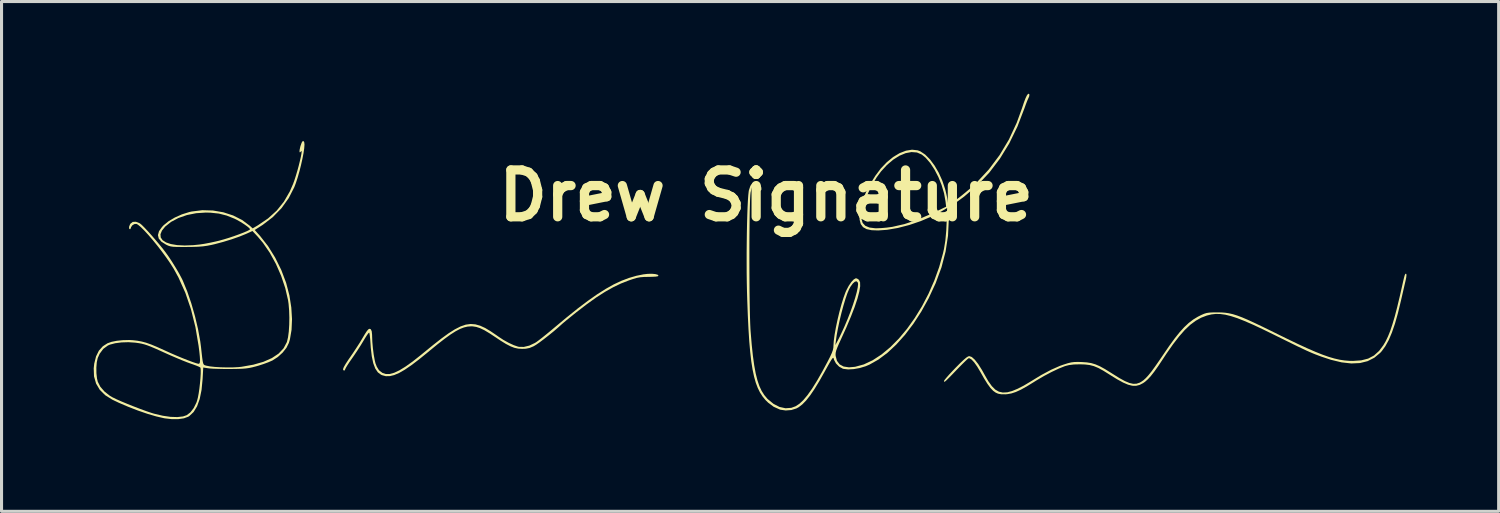
<source format=kicad_pcb>
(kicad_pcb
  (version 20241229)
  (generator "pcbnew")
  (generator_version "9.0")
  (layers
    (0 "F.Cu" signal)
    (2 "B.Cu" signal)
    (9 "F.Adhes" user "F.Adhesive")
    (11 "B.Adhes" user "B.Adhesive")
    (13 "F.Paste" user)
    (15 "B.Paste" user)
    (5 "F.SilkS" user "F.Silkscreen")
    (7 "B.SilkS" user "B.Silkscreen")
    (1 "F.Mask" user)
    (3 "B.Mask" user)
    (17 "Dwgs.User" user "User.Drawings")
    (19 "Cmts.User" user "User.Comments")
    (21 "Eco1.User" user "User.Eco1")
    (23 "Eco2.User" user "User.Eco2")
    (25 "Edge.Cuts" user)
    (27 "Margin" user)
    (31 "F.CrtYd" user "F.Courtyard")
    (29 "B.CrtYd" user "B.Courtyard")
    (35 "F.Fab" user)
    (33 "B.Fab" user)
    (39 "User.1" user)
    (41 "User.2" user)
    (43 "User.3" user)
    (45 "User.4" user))
  (footprint "Drew Signature"
    (layer "F.Cu")
    (at 21.886 3.316)
    (property "Reference" "Drew Signature" (at 0 0 0) (layer "F.SilkS") (effects (font (size 1.524 1.524) (thickness 0.3))))
    (attr board_only exclude_from_pos_files exclude_from_bom)
    (fp_poly (pts (xy -3.612 2.554) (xy -3.534 2.574) (xy -3.504 2.605) (xy -3.504 2.606) (xy -3.527 2.625) (xy -3.6 2.637) (xy -3.728 2.643) (xy -3.824 2.645) (xy -3.979 2.648) (xy -4.101 2.658) (xy -4.214 2.679) (xy -4.341 2.717) (xy -4.468 2.76) (xy -4.726 2.861) (xy -4.984 2.985) (xy -5.25 3.135) (xy -5.532 3.316) (xy -5.837 3.535) (xy -6.174 3.794) (xy -6.253 3.857) (xy -6.381 3.961) (xy -6.496 4.054) (xy -6.587 4.13) (xy -6.642 4.177) (xy -6.647 4.182) (xy -6.774 4.296) (xy -6.921 4.422) (xy -7.078 4.549) (xy -7.233 4.67) (xy -7.374 4.776) (xy -7.491 4.857) (xy -7.57 4.904) (xy -7.701 4.959) (xy -7.826 4.984) (xy -7.945 4.988) (xy -8.071 4.98) (xy -8.194 4.954) (xy -8.323 4.904) (xy -8.471 4.827) (xy -8.648 4.718) (xy -8.8 4.616) (xy -9.005 4.481) (xy -9.172 4.381) (xy -9.313 4.314) (xy -9.436 4.274) (xy -9.553 4.256) (xy -9.603 4.255) (xy -9.718 4.263) (xy -9.837 4.291) (xy -9.966 4.341) (xy -10.11 4.417) (xy -10.276 4.523) (xy -10.468 4.662) (xy -10.693 4.837) (xy -10.955 5.051) (xy -11.011 5.098) (xy -11.297 5.33) (xy -11.545 5.519) (xy -11.761 5.666) (xy -11.947 5.773) (xy -12.11 5.842) (xy -12.253 5.876) (xy -12.381 5.877) (xy -12.498 5.846) (xy -12.536 5.829) (xy -12.639 5.752) (xy -12.723 5.628) (xy -12.788 5.456) (xy -12.836 5.231) (xy -12.869 4.95) (xy -12.877 4.824) (xy -12.887 4.682) (xy -12.899 4.565) (xy -12.911 4.485) (xy -12.92 4.457) (xy -12.944 4.476) (xy -12.991 4.539) (xy -13.053 4.636) (xy -13.101 4.716) (xy -13.188 4.86) (xy -13.296 5.029) (xy -13.41 5.199) (xy -13.48 5.3) (xy -13.566 5.423) (xy -13.636 5.531) (xy -13.683 5.61) (xy -13.701 5.651) (xy -13.701 5.652) (xy -13.719 5.69) (xy -13.73 5.693) (xy -13.765 5.682) (xy -13.771 5.644) (xy -13.744 5.576) (xy -13.683 5.471) (xy -13.586 5.324) (xy -13.545 5.266) (xy -13.437 5.108) (xy -13.327 4.941) (xy -13.227 4.786) (xy -13.152 4.661) (xy -13.149 4.656) (xy -13.061 4.508) (xy -12.997 4.41) (xy -12.949 4.354) (xy -12.911 4.334) (xy -12.878 4.344) (xy -12.869 4.351) (xy -12.839 4.411) (xy -12.826 4.529) (xy -12.825 4.579) (xy -12.818 4.76) (xy -12.8 4.965) (xy -12.774 5.17) (xy -12.741 5.353) (xy -12.716 5.459) (xy -12.67 5.574) (xy -12.608 5.673) (xy -12.583 5.701) (xy -12.486 5.772) (xy -12.377 5.807) (xy -12.251 5.806) (xy -12.104 5.765) (xy -11.934 5.685) (xy -11.734 5.562) (xy -11.503 5.397) (xy -11.236 5.186) (xy -11.152 5.117) (xy -10.843 4.865) (xy -10.574 4.654) (xy -10.339 4.483) (xy -10.132 4.352) (xy -9.947 4.258) (xy -9.778 4.2) (xy -9.62 4.178) (xy -9.465 4.19) (xy -9.309 4.234) (xy -9.145 4.309) (xy -8.968 4.415) (xy -8.771 4.549) (xy -8.712 4.591) (xy -8.551 4.697) (xy -8.379 4.792) (xy -8.214 4.868) (xy -8.075 4.916) (xy -8.045 4.922) (xy -7.887 4.925) (xy -7.71 4.882) (xy -7.532 4.798) (xy -7.485 4.77) (xy -7.407 4.713) (xy -7.293 4.625) (xy -7.155 4.514) (xy -7.005 4.391) (xy -6.898 4.301) (xy -6.498 3.967) (xy -6.136 3.676) (xy -5.805 3.426) (xy -5.502 3.213) (xy -5.221 3.035) (xy -4.958 2.888) (xy -4.707 2.771) (xy -4.463 2.679) (xy -4.222 2.609) (xy -3.995 2.563) (xy -3.856 2.547) (xy -3.724 2.544)) (stroke (width 0) (type solid)) (fill yes) (layer "F.SilkS"))
    (fp_poly (pts (xy 20.83 2.548) (xy 20.832 2.549) (xy 20.839 2.585) (xy 20.831 2.663) (xy 20.815 2.745) (xy 20.793 2.838) (xy 20.761 2.978) (xy 20.722 3.147) (xy 20.68 3.33) (xy 20.658 3.425) (xy 20.561 3.826) (xy 20.464 4.17) (xy 20.364 4.46) (xy 20.261 4.703) (xy 20.151 4.902) (xy 20.034 5.063) (xy 19.983 5.119) (xy 19.791 5.278) (xy 19.572 5.389) (xy 19.324 5.45) (xy 19.044 5.463) (xy 18.73 5.428) (xy 18.381 5.344) (xy 18.072 5.242) (xy 17.968 5.203) (xy 17.873 5.167) (xy 17.781 5.13) (xy 17.684 5.088) (xy 17.574 5.039) (xy 17.447 4.979) (xy 17.293 4.906) (xy 17.106 4.814) (xy 16.878 4.702) (xy 16.604 4.567) (xy 16.526 4.528) (xy 16.161 4.35) (xy 15.844 4.201) (xy 15.569 4.082) (xy 15.331 3.988) (xy 15.124 3.921) (xy 14.942 3.876) (xy 14.78 3.854) (xy 14.632 3.851) (xy 14.491 3.867) (xy 14.353 3.901) (xy 14.338 3.905) (xy 14.155 3.975) (xy 13.978 4.074) (xy 13.803 4.204) (xy 13.625 4.372) (xy 13.44 4.582) (xy 13.242 4.838) (xy 13.027 5.145) (xy 12.913 5.318) (xy 12.76 5.548) (xy 12.63 5.731) (xy 12.519 5.872) (xy 12.421 5.979) (xy 12.329 6.06) (xy 12.269 6.102) (xy 12.156 6.161) (xy 12.042 6.19) (xy 11.919 6.189) (xy 11.779 6.154) (xy 11.615 6.084) (xy 11.42 5.977) (xy 11.185 5.832) (xy 11.17 5.822) (xy 10.973 5.699) (xy 10.81 5.61) (xy 10.665 5.55) (xy 10.525 5.514) (xy 10.372 5.496) (xy 10.213 5.491) (xy 10.014 5.496) (xy 9.859 5.515) (xy 9.728 5.548) (xy 9.527 5.628) (xy 9.292 5.739) (xy 9.04 5.872) (xy 8.787 6.021) (xy 8.714 6.067) (xy 8.483 6.209) (xy 8.29 6.316) (xy 8.127 6.391) (xy 7.983 6.438) (xy 7.848 6.462) (xy 7.789 6.467) (xy 7.65 6.466) (xy 7.548 6.447) (xy 7.472 6.414) (xy 7.388 6.354) (xy 7.3 6.262) (xy 7.203 6.13) (xy 7.092 5.952) (xy 6.975 5.745) (xy 6.869 5.567) (xy 6.771 5.429) (xy 6.685 5.336) (xy 6.616 5.293) (xy 6.588 5.293) (xy 6.556 5.318) (xy 6.489 5.38) (xy 6.394 5.473) (xy 6.281 5.587) (xy 6.194 5.677) (xy 6.052 5.825) (xy 5.947 5.932) (xy 5.875 6.004) (xy 5.828 6.045) (xy 5.801 6.06) (xy 5.79 6.054) (xy 5.787 6.033) (xy 5.787 6.032) (xy 5.808 5.997) (xy 5.866 5.926) (xy 5.954 5.826) (xy 6.064 5.708) (xy 6.161 5.607) (xy 6.311 5.455) (xy 6.427 5.345) (xy 6.512 5.273) (xy 6.573 5.234) (xy 6.611 5.224) (xy 6.692 5.253) (xy 6.789 5.34) (xy 6.899 5.48) (xy 7.021 5.673) (xy 7.103 5.82) (xy 7.228 6.038) (xy 7.344 6.201) (xy 7.457 6.314) (xy 7.574 6.381) (xy 7.701 6.409) (xy 7.845 6.402) (xy 7.855 6.4) (xy 8.002 6.361) (xy 8.182 6.287) (xy 8.383 6.184) (xy 8.593 6.059) (xy 8.593 6.059) (xy 8.952 5.84) (xy 9.274 5.668) (xy 9.561 5.541) (xy 9.666 5.504) (xy 9.812 5.457) (xy 9.925 5.429) (xy 10.031 5.416) (xy 10.156 5.413) (xy 10.275 5.417) (xy 10.436 5.428) (xy 10.578 5.451) (xy 10.715 5.492) (xy 10.859 5.554) (xy 11.023 5.644) (xy 11.22 5.766) (xy 11.277 5.802) (xy 11.495 5.938) (xy 11.674 6.036) (xy 11.822 6.098) (xy 11.945 6.126) (xy 12.053 6.122) (xy 12.153 6.089) (xy 12.205 6.06) (xy 12.28 6.008) (xy 12.357 5.938) (xy 12.443 5.844) (xy 12.543 5.72) (xy 12.66 5.559) (xy 12.802 5.355) (xy 12.912 5.193) (xy 13.114 4.897) (xy 13.293 4.651) (xy 13.455 4.448) (xy 13.606 4.282) (xy 13.751 4.146) (xy 13.896 4.035) (xy 14.047 3.943) (xy 14.162 3.885) (xy 14.25 3.847) (xy 14.33 3.822) (xy 14.419 3.808) (xy 14.536 3.802) (xy 14.686 3.801) (xy 14.817 3.803) (xy 14.939 3.812) (xy 15.06 3.83) (xy 15.187 3.859) (xy 15.325 3.902) (xy 15.483 3.961) (xy 15.667 4.039) (xy 15.883 4.138) (xy 16.139 4.26) (xy 16.44 4.407) (xy 16.563 4.468) (xy 16.958 4.662) (xy 17.303 4.828) (xy 17.605 4.967) (xy 17.87 5.082) (xy 18.102 5.175) (xy 18.308 5.248) (xy 18.493 5.302) (xy 18.663 5.341) (xy 18.823 5.365) (xy 18.979 5.378) (xy 19.099 5.38) (xy 19.367 5.362) (xy 19.591 5.305) (xy 19.782 5.204) (xy 19.948 5.054) (xy 20.086 4.87) (xy 20.164 4.737) (xy 20.238 4.582) (xy 20.311 4.401) (xy 20.383 4.185) (xy 20.458 3.931) (xy 20.536 3.632) (xy 20.62 3.282) (xy 20.694 2.956) (xy 20.732 2.786) (xy 20.76 2.668) (xy 20.781 2.594) (xy 20.798 2.555) (xy 20.813 2.542)) (stroke (width 0) (type solid)) (fill yes) (layer "F.SilkS"))
    (fp_poly (pts (xy 8.568 -3.292) (xy 8.559 -3.227) (xy 8.525 -3.151) (xy 8.493 -3.079) (xy 8.451 -2.969) (xy 8.407 -2.846) (xy 8.404 -2.838) (xy 8.176 -2.244) (xy 7.911 -1.699) (xy 7.606 -1.201) (xy 7.261 -0.748) (xy 6.874 -0.338) (xy 6.444 0.031) (xy 6.217 0.198) (xy 5.943 0.388) (xy 5.943 0.786) (xy 5.918 1.308) (xy 5.839 1.822) (xy 5.706 2.334) (xy 5.516 2.851) (xy 5.287 3.344) (xy 5.049 3.774) (xy 4.792 4.171) (xy 4.519 4.53) (xy 4.235 4.847) (xy 3.945 5.118) (xy 3.652 5.337) (xy 3.361 5.501) (xy 3.234 5.555) (xy 3.044 5.612) (xy 2.849 5.647) (xy 2.668 5.657) (xy 2.52 5.64) (xy 2.493 5.633) (xy 2.374 5.567) (xy 2.272 5.463) (xy 2.208 5.344) (xy 2.2 5.313) (xy 2.191 5.285) (xy 2.176 5.28) (xy 2.151 5.303) (xy 2.112 5.36) (xy 2.055 5.457) (xy 1.975 5.6) (xy 1.911 5.716) (xy 1.734 6.03) (xy 1.576 6.29) (xy 1.432 6.502) (xy 1.301 6.668) (xy 1.177 6.795) (xy 1.059 6.886) (xy 0.982 6.928) (xy 0.819 6.979) (xy 0.636 6.993) (xy 0.465 6.969) (xy 0.448 6.964) (xy 0.244 6.873) (xy 0.063 6.738) (xy -0.026 6.65) (xy -0.118 6.537) (xy -0.201 6.409) (xy -0.274 6.261) (xy -0.338 6.091) (xy -0.394 5.892) (xy -0.443 5.662) (xy -0.485 5.396) (xy -0.52 5.09) (xy -0.551 4.74) (xy -0.576 4.342) (xy -0.598 3.892) (xy -0.617 3.385) (xy -0.625 3.114) (xy -0.631 2.829) (xy -0.635 2.523) (xy -0.636 2.202) (xy -0.636 1.874) (xy -0.633 1.546) (xy -0.629 1.225) (xy -0.623 0.92) (xy -0.615 0.636) (xy -0.606 0.382) (xy -0.595 0.165) (xy -0.583 -0.008) (xy -0.57 -0.13) (xy -0.563 -0.172) (xy -0.514 -0.318) (xy -0.446 -0.408) (xy -0.36 -0.439) (xy -0.26 -0.411) (xy -0.226 -0.389) (xy -0.185 -0.339) (xy -0.16 -0.27) (xy -0.154 -0.203) (xy -0.172 -0.161) (xy -0.188 -0.156) (xy -0.211 -0.183) (xy -0.219 -0.235) (xy -0.245 -0.312) (xy -0.298 -0.35) (xy -0.369 -0.367) (xy -0.424 -0.338) (xy -0.466 -0.259) (xy -0.502 -0.124) (xy -0.508 -0.092) (xy -0.516 -0.012) (xy -0.524 0.124) (xy -0.53 0.308) (xy -0.536 0.536) (xy -0.54 0.799) (xy -0.543 1.092) (xy -0.546 1.408) (xy -0.547 1.739) (xy -0.547 2.08) (xy -0.546 2.423) (xy -0.544 2.763) (xy -0.542 3.092) (xy -0.538 3.403) (xy -0.533 3.691) (xy -0.527 3.948) (xy -0.52 4.168) (xy -0.512 4.344) (xy -0.506 4.426) (xy -0.471 4.846) (xy -0.433 5.208) (xy -0.39 5.519) (xy -0.342 5.783) (xy -0.286 6.008) (xy -0.222 6.197) (xy -0.148 6.356) (xy -0.062 6.491) (xy 0.036 6.608) (xy 0.052 6.624) (xy 0.239 6.778) (xy 0.433 6.878) (xy 0.629 6.921) (xy 0.819 6.907) (xy 0.958 6.856) (xy 1.079 6.777) (xy 1.206 6.659) (xy 1.342 6.497) (xy 1.49 6.289) (xy 1.651 6.031) (xy 1.829 5.72) (xy 1.998 5.405) (xy 2.081 5.243) (xy 2.136 5.122) (xy 2.17 5.029) (xy 2.186 4.951) (xy 2.19 4.886) (xy 2.191 4.864) (xy 2.252 4.864) (xy 2.335 4.708) (xy 2.385 4.609) (xy 2.449 4.475) (xy 2.517 4.328) (xy 2.55 4.254) (xy 2.652 4.014) (xy 2.745 3.775) (xy 2.827 3.544) (xy 2.895 3.331) (xy 2.947 3.144) (xy 2.979 2.991) (xy 2.991 2.881) (xy 2.984 2.833) (xy 2.946 2.79) (xy 2.889 2.8) (xy 2.821 2.859) (xy 2.746 2.961) (xy 2.697 3.05) (xy 2.641 3.183) (xy 2.579 3.365) (xy 2.514 3.582) (xy 2.449 3.822) (xy 2.389 4.071) (xy 2.337 4.316) (xy 2.295 4.544) (xy 2.271 4.708) (xy 2.252 4.864) (xy 2.191 4.864) (xy 2.2 4.728) (xy 2.227 4.525) (xy 2.269 4.29) (xy 2.322 4.039) (xy 2.383 3.785) (xy 2.449 3.542) (xy 2.516 3.325) (xy 2.581 3.147) (xy 2.607 3.087) (xy 2.686 2.937) (xy 2.77 2.814) (xy 2.849 2.729) (xy 2.916 2.691) (xy 2.927 2.69) (xy 2.979 2.711) (xy 3.02 2.743) (xy 3.056 2.821) (xy 3.059 2.95) (xy 3.03 3.128) (xy 2.97 3.354) (xy 2.88 3.624) (xy 2.759 3.936) (xy 2.61 4.29) (xy 2.449 4.644) (xy 2.37 4.817) (xy 2.315 4.945) (xy 2.28 5.039) (xy 2.263 5.111) (xy 2.258 5.172) (xy 2.261 5.219) (xy 2.304 5.378) (xy 2.391 5.493) (xy 2.521 5.563) (xy 2.694 5.589) (xy 2.893 5.572) (xy 3.178 5.494) (xy 3.467 5.358) (xy 3.756 5.169) (xy 4.041 4.932) (xy 4.319 4.652) (xy 4.585 4.334) (xy 4.837 3.981) (xy 5.071 3.6) (xy 5.283 3.194) (xy 5.47 2.768) (xy 5.629 2.328) (xy 5.755 1.877) (xy 5.787 1.735) (xy 5.831 1.466) (xy 5.861 1.137) (xy 5.871 0.913) (xy 5.89 0.403) (xy 5.725 0.5) (xy 5.392 0.676) (xy 5.031 0.83) (xy 4.657 0.957) (xy 4.286 1.053) (xy 3.931 1.114) (xy 3.645 1.134) (xy 3.43 1.126) (xy 3.267 1.091) (xy 3.152 1.026) (xy 3.078 0.926) (xy 3.041 0.786) (xy 3.04 0.759) (xy 3.1 0.759) (xy 3.14 0.89) (xy 3.225 0.982) (xy 3.358 1.039) (xy 3.539 1.062) (xy 3.601 1.063) (xy 3.753 1.057) (xy 3.929 1.041) (xy 4.095 1.019) (xy 4.11 1.016) (xy 4.5 0.927) (xy 4.91 0.791) (xy 5.347 0.605) (xy 5.423 0.569) (xy 5.856 0.362) (xy 5.836 0.185) (xy 5.789 -0.076) (xy 5.71 -0.343) (xy 5.605 -0.603) (xy 5.479 -0.846) (xy 5.339 -1.059) (xy 5.191 -1.231) (xy 5.065 -1.335) (xy 4.908 -1.403) (xy 4.73 -1.417) (xy 4.538 -1.381) (xy 4.336 -1.297) (xy 4.132 -1.168) (xy 3.931 -0.997) (xy 3.739 -0.788) (xy 3.599 -0.598) (xy 3.492 -0.424) (xy 3.384 -0.222) (xy 3.285 -0.011) (xy 3.203 0.189) (xy 3.148 0.358) (xy 3.146 0.364) (xy 3.103 0.585) (xy 3.1 0.759) (xy 3.04 0.759) (xy 3.034 0.662) (xy 3.06 0.427) (xy 3.134 0.162) (xy 3.256 -0.128) (xy 3.424 -0.439) (xy 3.554 -0.647) (xy 3.733 -0.886) (xy 3.929 -1.09) (xy 4.134 -1.257) (xy 4.343 -1.382) (xy 4.55 -1.462) (xy 4.747 -1.494) (xy 4.929 -1.474) (xy 5.017 -1.441) (xy 5.174 -1.336) (xy 5.33 -1.179) (xy 5.479 -0.979) (xy 5.615 -0.746) (xy 5.731 -0.489) (xy 5.822 -0.219) (xy 5.836 -0.167) (xy 5.869 -0.03) (xy 5.895 0.091) (xy 5.91 0.179) (xy 5.912 0.207) (xy 5.923 0.264) (xy 5.943 0.282) (xy 5.993 0.262) (xy 6.081 0.207) (xy 6.197 0.125) (xy 6.332 0.022) (xy 6.477 -0.095) (xy 6.623 -0.218) (xy 6.76 -0.34) (xy 6.846 -0.421) (xy 7.246 -0.851) (xy 7.597 -1.319) (xy 7.9 -1.825) (xy 8.154 -2.371) (xy 8.323 -2.835) (xy 8.389 -3.033) (xy 8.443 -3.175) (xy 8.487 -3.265) (xy 8.523 -3.309) (xy 8.54 -3.316)) (stroke (width 0) (type solid)) (fill yes) (layer "F.SilkS"))
    (fp_poly (pts (xy -15.052 -1.769) (xy -15.034 -1.735) (xy -15.026 -1.662) (xy -15.035 -1.54) (xy -15.058 -1.381) (xy -15.094 -1.195) (xy -15.139 -0.994) (xy -15.191 -0.788) (xy -15.248 -0.589) (xy -15.307 -0.407) (xy -15.358 -0.273) (xy -15.54 0.083) (xy -15.774 0.409) (xy -16.058 0.701) (xy -16.385 0.952) (xy -16.416 0.972) (xy -16.646 1.119) (xy -16.472 1.313) (xy -16.213 1.643) (xy -15.981 2.017) (xy -15.782 2.42) (xy -15.624 2.838) (xy -15.517 3.247) (xy -15.455 3.644) (xy -15.432 4.02) (xy -15.447 4.368) (xy -15.5 4.678) (xy -15.534 4.794) (xy -15.612 4.952) (xy -15.737 5.11) (xy -15.894 5.253) (xy -16.068 5.365) (xy -16.085 5.373) (xy -16.205 5.425) (xy -16.36 5.482) (xy -16.524 5.535) (xy -16.594 5.555) (xy -16.717 5.587) (xy -16.825 5.61) (xy -16.933 5.625) (xy -17.056 5.635) (xy -17.208 5.64) (xy -17.405 5.643) (xy -17.455 5.643) (xy -17.647 5.643) (xy -17.829 5.639) (xy -17.988 5.634) (xy -18.108 5.626) (xy -18.161 5.62) (xy -18.321 5.595) (xy -18.342 5.97) (xy -18.376 6.323) (xy -18.436 6.619) (xy -18.522 6.858) (xy -18.634 7.043) (xy -18.772 7.173) (xy -18.812 7.198) (xy -18.952 7.249) (xy -19.135 7.275) (xy -19.348 7.275) (xy -19.576 7.249) (xy -19.606 7.243) (xy -19.853 7.186) (xy -20.138 7.102) (xy -20.446 6.996) (xy -20.759 6.875) (xy -21.063 6.745) (xy -21.28 6.642) (xy -21.511 6.497) (xy -21.688 6.322) (xy -21.809 6.118) (xy -21.876 5.884) (xy -21.886 5.622) (xy -21.883 5.596) (xy -21.8 5.596) (xy -21.798 5.781) (xy -21.779 5.952) (xy -21.753 6.06) (xy -21.67 6.222) (xy -21.535 6.377) (xy -21.362 6.513) (xy -21.274 6.565) (xy -21.151 6.625) (xy -20.984 6.699) (xy -20.787 6.781) (xy -20.575 6.865) (xy -20.364 6.946) (xy -20.167 7.018) (xy -20 7.074) (xy -19.917 7.099) (xy -19.641 7.164) (xy -19.387 7.201) (xy -19.163 7.208) (xy -18.978 7.187) (xy -18.857 7.145) (xy -18.74 7.055) (xy -18.633 6.916) (xy -18.546 6.742) (xy -18.523 6.678) (xy -18.496 6.575) (xy -18.47 6.438) (xy -18.447 6.28) (xy -18.428 6.113) (xy -18.413 5.95) (xy -18.404 5.804) (xy -18.403 5.687) (xy -18.41 5.612) (xy -18.418 5.593) (xy -18.46 5.57) (xy -18.546 5.534) (xy -18.662 5.491) (xy -18.721 5.471) (xy -18.845 5.426) (xy -19.009 5.361) (xy -19.195 5.283) (xy -19.386 5.201) (xy -19.483 5.158) (xy -19.71 5.055) (xy -19.89 4.975) (xy -20.032 4.915) (xy -20.147 4.871) (xy -20.244 4.84) (xy -20.332 4.818) (xy -20.42 4.802) (xy -20.52 4.788) (xy -20.535 4.786) (xy -20.758 4.771) (xy -20.981 4.778) (xy -21.187 4.805) (xy -21.359 4.85) (xy -21.425 4.879) (xy -21.575 4.989) (xy -21.694 5.149) (xy -21.755 5.285) (xy -21.786 5.422) (xy -21.8 5.596) (xy -21.883 5.596) (xy -21.869 5.468) (xy -21.81 5.233) (xy -21.718 5.047) (xy -21.589 4.903) (xy -21.438 4.806) (xy -21.308 4.76) (xy -21.135 4.725) (xy -20.936 4.705) (xy -20.73 4.7) (xy -20.614 4.706) (xy -20.466 4.723) (xy -20.326 4.749) (xy -20.181 4.788) (xy -20.019 4.845) (xy -19.829 4.924) (xy -19.598 5.028) (xy -19.566 5.043) (xy -19.382 5.126) (xy -19.191 5.209) (xy -19.003 5.287) (xy -18.828 5.356) (xy -18.676 5.413) (xy -18.558 5.453) (xy -18.484 5.473) (xy -18.471 5.474) (xy -18.445 5.463) (xy -18.431 5.426) (xy -18.426 5.355) (xy -18.432 5.243) (xy -18.448 5.083) (xy -18.473 4.889) (xy -18.576 4.28) (xy -18.72 3.703) (xy -18.904 3.164) (xy -19.127 2.667) (xy -19.282 2.383) (xy -19.392 2.209) (xy -19.521 2.021) (xy -19.664 1.826) (xy -19.813 1.633) (xy -19.963 1.448) (xy -20.108 1.28) (xy -20.241 1.135) (xy -20.356 1.021) (xy -20.447 0.947) (xy -20.495 0.921) (xy -20.564 0.927) (xy -20.632 0.97) (xy -20.673 1.032) (xy -20.677 1.053) (xy -20.695 1.091) (xy -20.708 1.095) (xy -20.735 1.071) (xy -20.734 1.012) (xy -20.706 0.94) (xy -20.69 0.914) (xy -20.616 0.856) (xy -20.514 0.851) (xy -20.393 0.899) (xy -20.378 0.908) (xy -20.321 0.955) (xy -20.234 1.042) (xy -20.124 1.159) (xy -19.999 1.298) (xy -19.868 1.45) (xy -19.738 1.605) (xy -19.618 1.754) (xy -19.546 1.848) (xy -19.44 1.996) (xy -19.324 2.174) (xy -19.207 2.363) (xy -19.101 2.545) (xy -19.017 2.704) (xy -18.986 2.768) (xy -18.842 3.119) (xy -18.708 3.512) (xy -18.589 3.927) (xy -18.491 4.343) (xy -18.419 4.739) (xy -18.394 4.927) (xy -18.372 5.129) (xy -18.355 5.278) (xy -18.34 5.382) (xy -18.326 5.45) (xy -18.309 5.491) (xy -18.287 5.513) (xy -18.257 5.525) (xy -18.217 5.536) (xy -18.211 5.537) (xy -18.1 5.559) (xy -17.943 5.576) (xy -17.756 5.587) (xy -17.556 5.592) (xy -17.358 5.591) (xy -17.18 5.582) (xy -17.074 5.571) (xy -16.691 5.503) (xy -16.362 5.409) (xy -16.088 5.288) (xy -15.869 5.142) (xy -15.707 4.97) (xy -15.602 4.773) (xy -15.596 4.755) (xy -15.562 4.612) (xy -15.537 4.424) (xy -15.523 4.205) (xy -15.519 3.972) (xy -15.526 3.74) (xy -15.544 3.524) (xy -15.56 3.41) (xy -15.652 3.012) (xy -15.786 2.612) (xy -15.956 2.224) (xy -16.156 1.861) (xy -16.379 1.536) (xy -16.55 1.334) (xy -16.72 1.152) (xy -16.929 1.247) (xy -17.143 1.334) (xy -17.398 1.423) (xy -17.672 1.507) (xy -17.945 1.58) (xy -18.049 1.604) (xy -18.191 1.632) (xy -18.334 1.652) (xy -18.493 1.664) (xy -18.685 1.67) (xy -18.862 1.672) (xy -19.055 1.672) (xy -19.197 1.67) (xy -19.301 1.665) (xy -19.377 1.654) (xy -19.438 1.638) (xy -19.495 1.614) (xy -19.533 1.595) (xy -19.682 1.501) (xy -19.77 1.397) (xy -19.796 1.284) (xy -19.788 1.258) (xy -19.713 1.258) (xy -19.705 1.362) (xy -19.644 1.451) (xy -19.532 1.524) (xy -19.374 1.577) (xy -19.172 1.611) (xy -18.928 1.623) (xy -18.646 1.613) (xy -18.44 1.592) (xy -18.286 1.569) (xy -18.101 1.534) (xy -17.911 1.493) (xy -17.804 1.467) (xy -17.649 1.424) (xy -17.482 1.373) (xy -17.312 1.316) (xy -17.151 1.258) (xy -17.008 1.203) (xy -16.895 1.155) (xy -16.821 1.117) (xy -16.798 1.095) (xy -16.823 1.058) (xy -16.892 1.001) (xy -16.99 0.931) (xy -17.106 0.858) (xy -17.226 0.79) (xy -17.302 0.752) (xy -17.56 0.649) (xy -17.813 0.585) (xy -18.086 0.556) (xy -18.237 0.552) (xy -18.551 0.573) (xy -18.852 0.633) (xy -19.129 0.729) (xy -19.369 0.856) (xy -19.56 1.009) (xy -19.666 1.14) (xy -19.713 1.258) (xy -19.788 1.258) (xy -19.761 1.159) (xy -19.664 1.022) (xy -19.611 0.965) (xy -19.45 0.834) (xy -19.245 0.713) (xy -19.014 0.61) (xy -18.775 0.535) (xy -18.699 0.518) (xy -18.353 0.475) (xy -18.006 0.485) (xy -17.667 0.543) (xy -17.347 0.647) (xy -17.055 0.795) (xy -16.802 0.984) (xy -16.794 0.992) (xy -16.713 1.067) (xy -16.546 0.969) (xy -16.211 0.742) (xy -15.929 0.487) (xy -15.695 0.195) (xy -15.502 -0.139) (xy -15.396 -0.383) (xy -15.351 -0.508) (xy -15.305 -0.652) (xy -15.259 -0.808) (xy -15.216 -0.964) (xy -15.179 -1.114) (xy -15.148 -1.246) (xy -15.127 -1.353) (xy -15.118 -1.425) (xy -15.123 -1.454) (xy -15.138 -1.44) (xy -15.172 -1.404) (xy -15.188 -1.421) (xy -15.186 -1.482) (xy -15.165 -1.581) (xy -15.158 -1.609) (xy -15.118 -1.723) (xy -15.083 -1.776)) (stroke (width 0) (type solid)) (fill yes) (layer "F.SilkS")))
  (gr_rect
    (start -3 -3)
    (end 45.725 13.591)
    (stroke (width 0.1) (type default))
    (fill no)
    (layer "Edge.Cuts")))
</source>
